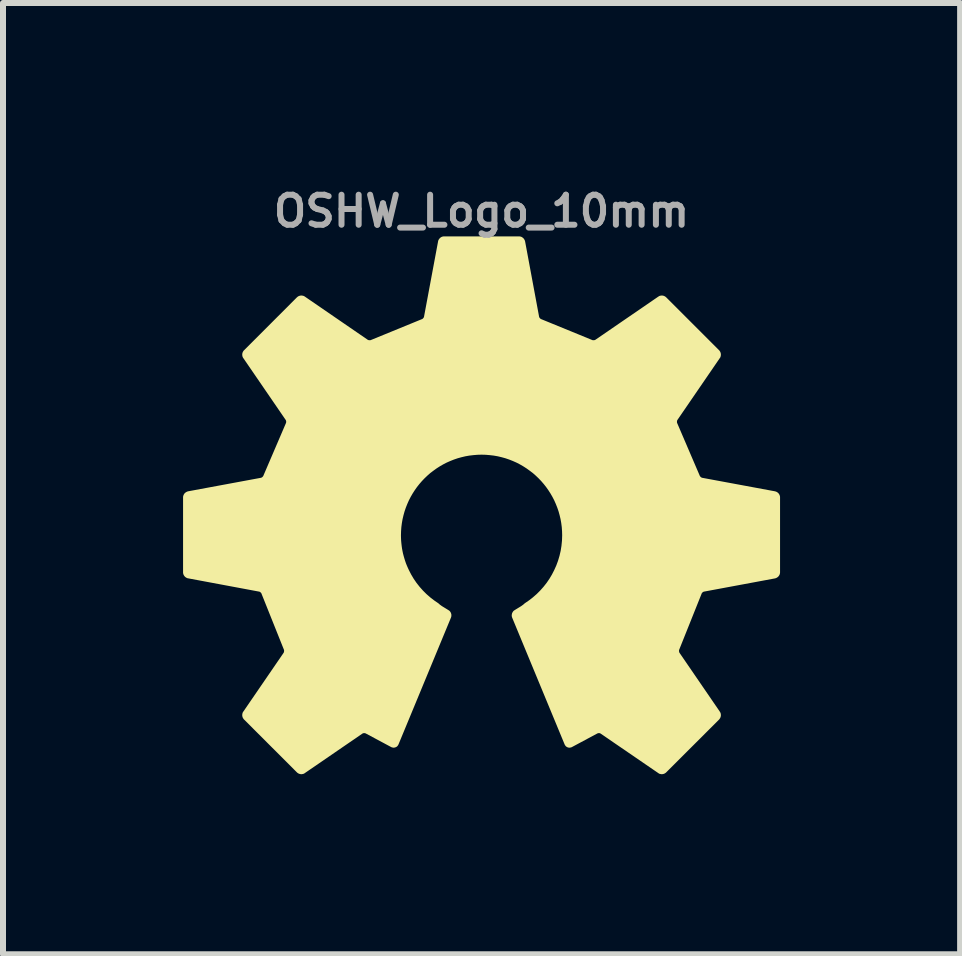
<source format=kicad_pcb>
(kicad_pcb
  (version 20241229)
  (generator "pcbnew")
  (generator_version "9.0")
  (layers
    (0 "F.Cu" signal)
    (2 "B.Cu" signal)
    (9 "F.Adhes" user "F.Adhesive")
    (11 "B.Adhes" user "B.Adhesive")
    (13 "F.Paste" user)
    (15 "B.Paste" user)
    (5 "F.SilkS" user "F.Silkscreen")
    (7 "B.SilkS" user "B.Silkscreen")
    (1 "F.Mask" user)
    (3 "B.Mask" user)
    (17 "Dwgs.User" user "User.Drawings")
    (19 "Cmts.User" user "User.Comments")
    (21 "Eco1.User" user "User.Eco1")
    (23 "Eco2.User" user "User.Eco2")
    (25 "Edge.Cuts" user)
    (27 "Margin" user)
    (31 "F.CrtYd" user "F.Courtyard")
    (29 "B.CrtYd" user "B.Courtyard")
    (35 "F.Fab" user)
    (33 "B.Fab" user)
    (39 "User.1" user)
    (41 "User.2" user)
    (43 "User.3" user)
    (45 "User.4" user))
  (footprint "OSHW_Logo_10mm"
    (layer "F.Cu")
    (at 4.973 5.868)
    (property "Reference" "OSHW_Logo_10mm" (at 0 -5.4 0) (layer "F.Fab") (effects (font (size 0.5 0.5) (thickness 0.1))))
    (fp_poly (pts (xy 0.627 -4.943) (xy 0.63 -4.943) (xy 0.632 -4.942) (xy 0.635 -4.942) (xy 0.638 -4.941) (xy 0.641 -4.941) (xy 0.643 -4.94) (xy 0.646 -4.939) (xy 0.649 -4.938) (xy 0.651 -4.937) (xy 0.654 -4.935) (xy 0.656 -4.934) (xy 0.659 -4.932) (xy 0.661 -4.931) (xy 0.663 -4.929) (xy 0.665 -4.927) (xy 0.668 -4.925) (xy 0.67 -4.923) (xy 0.672 -4.921) (xy 0.674 -4.919) (xy 0.675 -4.917) (xy 0.677 -4.915) (xy 0.679 -4.913) (xy 0.68 -4.91) (xy 0.682 -4.908) (xy 0.683 -4.905) (xy 0.684 -4.903) (xy 0.685 -4.9) (xy 0.686 -4.898) (xy 0.687 -4.895) (xy 0.688 -4.892) (xy 0.689 -4.889) (xy 0.922 -3.636) (xy 0.923 -3.633) (xy 0.923 -3.63) (xy 0.925 -3.624) (xy 0.927 -3.619) (xy 0.93 -3.613) (xy 0.933 -3.608) (xy 0.936 -3.603) (xy 0.94 -3.598) (xy 0.944 -3.593) (xy 0.949 -3.588) (xy 0.953 -3.583) (xy 0.958 -3.579) (xy 0.963 -3.576) (xy 0.968 -3.572) (xy 0.973 -3.569) (xy 0.976 -3.568) (xy 0.979 -3.567) (xy 0.981 -3.566) (xy 0.984 -3.565) (xy 1.824 -3.221) (xy 1.829 -3.218) (xy 1.835 -3.216) (xy 1.841 -3.215) (xy 1.847 -3.214) (xy 1.853 -3.213) (xy 1.859 -3.213) (xy 1.866 -3.212) (xy 1.872 -3.213) (xy 1.878 -3.213) (xy 1.885 -3.214) (xy 1.891 -3.216) (xy 1.897 -3.217) (xy 1.903 -3.219) (xy 1.908 -3.222) (xy 1.914 -3.224) (xy 1.918 -3.227) (xy 2.966 -3.946) (xy 2.968 -3.948) (xy 2.971 -3.949) (xy 2.973 -3.951) (xy 2.976 -3.952) (xy 2.978 -3.953) (xy 2.981 -3.954) (xy 2.984 -3.955) (xy 2.986 -3.955) (xy 2.989 -3.956) (xy 2.992 -3.956) (xy 2.998 -3.957) (xy 3.003 -3.957) (xy 3.009 -3.957) (xy 3.015 -3.956) (xy 3.02 -3.955) (xy 3.026 -3.953) (xy 3.028 -3.952) (xy 3.031 -3.951) (xy 3.033 -3.95) (xy 3.036 -3.949) (xy 3.038 -3.947) (xy 3.041 -3.946) (xy 3.043 -3.944) (xy 3.045 -3.942) (xy 3.047 -3.94) (xy 3.049 -3.939) (xy 3.932 -3.056) (xy 3.934 -3.054) (xy 3.935 -3.052) (xy 3.937 -3.05) (xy 3.939 -3.048) (xy 3.94 -3.045) (xy 3.942 -3.043) (xy 3.944 -3.038) (xy 3.946 -3.033) (xy 3.948 -3.027) (xy 3.949 -3.021) (xy 3.95 -3.016) (xy 3.95 -3.01) (xy 3.95 -3.004) (xy 3.949 -2.999) (xy 3.948 -2.993) (xy 3.947 -2.988) (xy 3.946 -2.985) (xy 3.945 -2.982) (xy 3.944 -2.98) (xy 3.942 -2.977) (xy 3.941 -2.975) (xy 3.939 -2.973) (xy 3.233 -1.943) (xy 3.23 -1.938) (xy 3.227 -1.933) (xy 3.225 -1.928) (xy 3.223 -1.922) (xy 3.221 -1.916) (xy 3.22 -1.91) (xy 3.219 -1.903) (xy 3.219 -1.897) (xy 3.218 -1.891) (xy 3.218 -1.884) (xy 3.219 -1.878) (xy 3.22 -1.872) (xy 3.221 -1.866) (xy 3.223 -1.86) (xy 3.225 -1.855) (xy 3.227 -1.85) (xy 3.599 -0.983) (xy 3.601 -0.977) (xy 3.603 -0.972) (xy 3.607 -0.967) (xy 3.61 -0.962) (xy 3.614 -0.957) (xy 3.618 -0.952) (xy 3.623 -0.948) (xy 3.627 -0.943) (xy 3.632 -0.939) (xy 3.637 -0.935) (xy 3.643 -0.932) (xy 3.648 -0.929) (xy 3.654 -0.926) (xy 3.659 -0.924) (xy 3.665 -0.922) (xy 3.67 -0.921) (xy 4.883 -0.696) (xy 4.883 -0.696) (xy 4.885 -0.695) (xy 4.888 -0.694) (xy 4.891 -0.693) (xy 4.893 -0.692) (xy 4.896 -0.691) (xy 4.899 -0.69) (xy 4.901 -0.689) (xy 4.903 -0.687) (xy 4.908 -0.684) (xy 4.913 -0.681) (xy 4.917 -0.677) (xy 4.921 -0.672) (xy 4.924 -0.668) (xy 4.927 -0.663) (xy 4.93 -0.658) (xy 4.931 -0.655) (xy 4.932 -0.653) (xy 4.933 -0.65) (xy 4.934 -0.647) (xy 4.935 -0.645) (xy 4.935 -0.642) (xy 4.936 -0.639) (xy 4.936 -0.636) (xy 4.936 -0.634) (xy 4.936 -0.631) (xy 4.936 0.617) (xy 4.936 0.62) (xy 4.936 0.622) (xy 4.935 0.625) (xy 4.935 0.628) (xy 4.934 0.631) (xy 4.934 0.634) (xy 4.933 0.636) (xy 4.932 0.639) (xy 4.931 0.641) (xy 4.93 0.644) (xy 4.928 0.647) (xy 4.927 0.649) (xy 4.925 0.652) (xy 4.924 0.654) (xy 4.922 0.656) (xy 4.92 0.658) (xy 4.918 0.661) (xy 4.916 0.663) (xy 4.914 0.665) (xy 4.912 0.667) (xy 4.91 0.668) (xy 4.908 0.67) (xy 4.906 0.672) (xy 4.903 0.673) (xy 4.901 0.675) (xy 4.898 0.676) (xy 4.896 0.677) (xy 4.893 0.678) (xy 4.891 0.679) (xy 4.888 0.68) (xy 4.885 0.681) (xy 4.882 0.682) (xy 3.7 0.902) (xy 3.697 0.902) (xy 3.694 0.903) (xy 3.692 0.904) (xy 3.689 0.905) (xy 3.683 0.907) (xy 3.678 0.91) (xy 3.672 0.913) (xy 3.667 0.916) (xy 3.662 0.92) (xy 3.657 0.924) (xy 3.653 0.928) (xy 3.648 0.933) (xy 3.644 0.938) (xy 3.64 0.943) (xy 3.637 0.948) (xy 3.634 0.953) (xy 3.632 0.958) (xy 3.631 0.961) (xy 3.63 0.964) (xy 3.261 1.886) (xy 3.258 1.891) (xy 3.257 1.897) (xy 3.255 1.902) (xy 3.254 1.908) (xy 3.253 1.915) (xy 3.253 1.921) (xy 3.253 1.927) (xy 3.253 1.934) (xy 3.254 1.94) (xy 3.255 1.946) (xy 3.256 1.953) (xy 3.258 1.959) (xy 3.26 1.964) (xy 3.262 1.97) (xy 3.265 1.975) (xy 3.268 1.98) (xy 3.939 2.959) (xy 3.941 2.961) (xy 3.942 2.964) (xy 3.944 2.966) (xy 3.945 2.969) (xy 3.946 2.971) (xy 3.947 2.974) (xy 3.948 2.977) (xy 3.948 2.979) (xy 3.949 2.982) (xy 3.949 2.985) (xy 3.95 2.991) (xy 3.95 2.996) (xy 3.95 3.002) (xy 3.949 3.008) (xy 3.948 3.013) (xy 3.946 3.019) (xy 3.945 3.021) (xy 3.944 3.024) (xy 3.943 3.027) (xy 3.942 3.029) (xy 3.94 3.031) (xy 3.939 3.034) (xy 3.937 3.036) (xy 3.935 3.038) (xy 3.934 3.041) (xy 3.932 3.043) (xy 3.049 3.925) (xy 3.047 3.927) (xy 3.045 3.928) (xy 3.043 3.93) (xy 3.041 3.932) (xy 3.038 3.933) (xy 3.036 3.935) (xy 3.031 3.937) (xy 3.026 3.939) (xy 3.02 3.941) (xy 3.015 3.942) (xy 3.009 3.943) (xy 3.003 3.943) (xy 2.997 3.943) (xy 2.992 3.942) (xy 2.986 3.941) (xy 2.981 3.94) (xy 2.978 3.939) (xy 2.975 3.938) (xy 2.973 3.937) (xy 2.97 3.935) (xy 2.968 3.934) (xy 2.966 3.932) (xy 2.004 3.273) (xy 1.999 3.27) (xy 1.994 3.267) (xy 1.989 3.265) (xy 1.983 3.263) (xy 1.977 3.261) (xy 1.971 3.26) (xy 1.965 3.259) (xy 1.959 3.259) (xy 1.952 3.259) (xy 1.946 3.259) (xy 1.94 3.26) (xy 1.934 3.261) (xy 1.928 3.263) (xy 1.922 3.264) (xy 1.917 3.267) (xy 1.912 3.269) (xy 1.488 3.496) (xy 1.485 3.497) (xy 1.483 3.498) (xy 1.48 3.499) (xy 1.478 3.5) (xy 1.475 3.5) (xy 1.473 3.501) (xy 1.47 3.501) (xy 1.467 3.501) (xy 1.465 3.501) (xy 1.462 3.501) (xy 1.46 3.501) (xy 1.457 3.501) (xy 1.455 3.501) (xy 1.452 3.5) (xy 1.45 3.499) (xy 1.447 3.498) (xy 1.445 3.498) (xy 1.443 3.496) (xy 1.441 3.495) (xy 1.438 3.494) (xy 1.436 3.493) (xy 1.434 3.491) (xy 1.432 3.489) (xy 1.43 3.488) (xy 1.428 3.486) (xy 1.427 3.484) (xy 1.425 3.482) (xy 1.424 3.48) (xy 1.422 3.477) (xy 1.421 3.475) (xy 1.419 3.473) (xy 1.418 3.47) (xy 0.544 1.358) (xy 0.543 1.355) (xy 0.542 1.352) (xy 0.542 1.35) (xy 0.541 1.347) (xy 0.54 1.344) (xy 0.54 1.341) (xy 0.54 1.339) (xy 0.54 1.336) (xy 0.54 1.333) (xy 0.54 1.33) (xy 0.54 1.327) (xy 0.541 1.325) (xy 0.541 1.322) (xy 0.542 1.319) (xy 0.542 1.316) (xy 0.543 1.314) (xy 0.544 1.311) (xy 0.545 1.308) (xy 0.546 1.306) (xy 0.547 1.303) (xy 0.549 1.301) (xy 0.55 1.298) (xy 0.552 1.296) (xy 0.553 1.294) (xy 0.555 1.292) (xy 0.557 1.289) (xy 0.559 1.287) (xy 0.561 1.285) (xy 0.563 1.284) (xy 0.565 1.282) (xy 0.567 1.28) (xy 0.57 1.279) (xy 0.676 1.214) (xy 0.684 1.209) (xy 0.692 1.203) (xy 0.7 1.197) (xy 0.709 1.191) (xy 0.718 1.184) (xy 0.726 1.177) (xy 0.735 1.169) (xy 0.743 1.162) (xy 0.813 1.114) (xy 0.88 1.062) (xy 0.944 1.006) (xy 1.004 0.946) (xy 1.06 0.883) (xy 1.113 0.816) (xy 1.161 0.746) (xy 1.205 0.672) (xy 1.244 0.596) (xy 1.279 0.518) (xy 1.309 0.437) (xy 1.334 0.353) (xy 1.354 0.268) (xy 1.368 0.18) (xy 1.377 0.091) (xy 1.38 0.000145) (xy 1.378 -0.071) (xy 1.373 -0.141) (xy 1.364 -0.21) (xy 1.352 -0.278) (xy 1.336 -0.345) (xy 1.318 -0.41) (xy 1.296 -0.474) (xy 1.271 -0.537) (xy 1.244 -0.598) (xy 1.213 -0.658) (xy 1.18 -0.715) (xy 1.144 -0.771) (xy 1.106 -0.825) (xy 1.065 -0.877) (xy 1.021 -0.928) (xy 0.976 -0.975) (xy 0.928 -1.021) (xy 0.878 -1.065) (xy 0.825 -1.105) (xy 0.771 -1.144) (xy 0.715 -1.18) (xy 0.658 -1.213) (xy 0.598 -1.244) (xy 0.537 -1.271) (xy 0.474 -1.296) (xy 0.41 -1.318) (xy 0.345 -1.336) (xy 0.278 -1.352) (xy 0.21 -1.364) (xy 0.141 -1.372) (xy 0.071 -1.378) (xy 0.000002 -1.38) (xy -0.071 -1.378) (xy -0.141 -1.372) (xy -0.21 -1.364) (xy -0.278 -1.352) (xy -0.345 -1.336) (xy -0.41 -1.318) (xy -0.474 -1.296) (xy -0.537 -1.271) (xy -0.598 -1.244) (xy -0.658 -1.213) (xy -0.715 -1.18) (xy -0.771 -1.144) (xy -0.825 -1.105) (xy -0.878 -1.065) (xy -0.928 -1.021) (xy -0.976 -0.975) (xy -1.021 -0.928) (xy -1.065 -0.877) (xy -1.106 -0.825) (xy -1.144 -0.771) (xy -1.18 -0.715) (xy -1.213 -0.658) (xy -1.244 -0.598) (xy -1.271 -0.537) (xy -1.296 -0.474) (xy -1.318 -0.41) (xy -1.336 -0.345) (xy -1.352 -0.278) (xy -1.364 -0.21) (xy -1.373 -0.141) (xy -1.378 -0.071) (xy -1.38 0.000145) (xy -1.379 0.046) (xy -1.377 0.091) (xy -1.373 0.136) (xy -1.368 0.18) (xy -1.362 0.224) (xy -1.354 0.268) (xy -1.345 0.311) (xy -1.334 0.353) (xy -1.322 0.395) (xy -1.309 0.437) (xy -1.295 0.478) (xy -1.279 0.518) (xy -1.262 0.557) (xy -1.244 0.596) (xy -1.205 0.672) (xy -1.161 0.746) (xy -1.113 0.816) (xy -1.06 0.883) (xy -1.004 0.946) (xy -0.944 1.006) (xy -0.88 1.062) (xy -0.813 1.114) (xy -0.743 1.162) (xy -0.735 1.169) (xy -0.726 1.177) (xy -0.718 1.184) (xy -0.709 1.191) (xy -0.7 1.197) (xy -0.692 1.203) (xy -0.684 1.209) (xy -0.676 1.214) (xy -0.57 1.279) (xy -0.567 1.28) (xy -0.565 1.282) (xy -0.563 1.284) (xy -0.561 1.285) (xy -0.559 1.287) (xy -0.557 1.289) (xy -0.553 1.294) (xy -0.55 1.298) (xy -0.547 1.303) (xy -0.545 1.308) (xy -0.543 1.314) (xy -0.541 1.319) (xy -0.54 1.325) (xy -0.54 1.33) (xy -0.54 1.336) (xy -0.54 1.341) (xy -0.54 1.344) (xy -0.541 1.347) (xy -0.541 1.35) (xy -0.542 1.352) (xy -0.543 1.355) (xy -0.544 1.358) (xy -1.418 3.47) (xy -1.419 3.473) (xy -1.421 3.475) (xy -1.422 3.477) (xy -1.424 3.48) (xy -1.425 3.482) (xy -1.427 3.484) (xy -1.428 3.486) (xy -1.43 3.488) (xy -1.432 3.489) (xy -1.434 3.491) (xy -1.436 3.493) (xy -1.438 3.494) (xy -1.441 3.495) (xy -1.443 3.496) (xy -1.445 3.497) (xy -1.447 3.498) (xy -1.45 3.499) (xy -1.452 3.5) (xy -1.455 3.5) (xy -1.457 3.501) (xy -1.46 3.501) (xy -1.462 3.501) (xy -1.465 3.501) (xy -1.467 3.501) (xy -1.47 3.501) (xy -1.473 3.501) (xy -1.475 3.5) (xy -1.478 3.5) (xy -1.48 3.499) (xy -1.483 3.498) (xy -1.485 3.497) (xy -1.488 3.496) (xy -1.912 3.269) (xy -1.917 3.267) (xy -1.922 3.264) (xy -1.928 3.263) (xy -1.934 3.261) (xy -1.94 3.26) (xy -1.946 3.259) (xy -1.952 3.259) (xy -1.959 3.259) (xy -1.965 3.259) (xy -1.971 3.26) (xy -1.977 3.261) (xy -1.983 3.263) (xy -1.989 3.265) (xy -1.994 3.267) (xy -1.999 3.269) (xy -2.004 3.272) (xy -2.966 3.932) (xy -2.968 3.934) (xy -2.97 3.935) (xy -2.973 3.937) (xy -2.975 3.938) (xy -2.978 3.939) (xy -2.981 3.94) (xy -2.983 3.941) (xy -2.986 3.941) (xy -2.989 3.942) (xy -2.992 3.942) (xy -2.997 3.943) (xy -3.003 3.943) (xy -3.009 3.943) (xy -3.014 3.942) (xy -3.02 3.941) (xy -3.025 3.939) (xy -3.028 3.938) (xy -3.031 3.937) (xy -3.033 3.936) (xy -3.036 3.935) (xy -3.038 3.933) (xy -3.041 3.932) (xy -3.043 3.93) (xy -3.045 3.928) (xy -3.047 3.927) (xy -3.049 3.925) (xy -3.932 3.042) (xy -3.934 3.04) (xy -3.935 3.038) (xy -3.937 3.036) (xy -3.939 3.034) (xy -3.94 3.031) (xy -3.942 3.029) (xy -3.944 3.024) (xy -3.946 3.019) (xy -3.948 3.013) (xy -3.949 3.008) (xy -3.95 3.002) (xy -3.95 2.996) (xy -3.95 2.99) (xy -3.949 2.985) (xy -3.948 2.979) (xy -3.947 2.974) (xy -3.946 2.971) (xy -3.945 2.968) (xy -3.944 2.966) (xy -3.942 2.963) (xy -3.941 2.961) (xy -3.939 2.959) (xy -3.268 1.98) (xy -3.265 1.975) (xy -3.262 1.97) (xy -3.26 1.964) (xy -3.258 1.959) (xy -3.256 1.953) (xy -3.255 1.946) (xy -3.254 1.94) (xy -3.253 1.934) (xy -3.253 1.927) (xy -3.253 1.921) (xy -3.253 1.915) (xy -3.254 1.908) (xy -3.255 1.902) (xy -3.257 1.897) (xy -3.258 1.891) (xy -3.261 1.886) (xy -3.63 0.964) (xy -3.631 0.961) (xy -3.632 0.958) (xy -3.634 0.953) (xy -3.637 0.948) (xy -3.64 0.943) (xy -3.644 0.938) (xy -3.648 0.933) (xy -3.653 0.928) (xy -3.657 0.924) (xy -3.662 0.92) (xy -3.667 0.916) (xy -3.672 0.913) (xy -3.678 0.909) (xy -3.683 0.907) (xy -3.689 0.905) (xy -3.694 0.903) (xy -3.697 0.902) (xy -3.7 0.902) (xy -4.882 0.681) (xy -4.885 0.681) (xy -4.888 0.68) (xy -4.891 0.679) (xy -4.893 0.678) (xy -4.896 0.677) (xy -4.898 0.676) (xy -4.901 0.675) (xy -4.903 0.673) (xy -4.906 0.672) (xy -4.908 0.67) (xy -4.912 0.667) (xy -4.917 0.663) (xy -4.92 0.658) (xy -4.924 0.654) (xy -4.927 0.649) (xy -4.93 0.644) (xy -4.932 0.639) (xy -4.933 0.636) (xy -4.934 0.633) (xy -4.934 0.631) (xy -4.935 0.628) (xy -4.936 0.625) (xy -4.936 0.622) (xy -4.936 0.62) (xy -4.936 0.617) (xy -4.936 -0.631) (xy -4.936 -0.634) (xy -4.936 -0.636) (xy -4.936 -0.639) (xy -4.935 -0.642) (xy -4.935 -0.645) (xy -4.934 -0.647) (xy -4.933 -0.65) (xy -4.932 -0.653) (xy -4.931 -0.655) (xy -4.93 -0.658) (xy -4.928 -0.661) (xy -4.927 -0.663) (xy -4.926 -0.665) (xy -4.924 -0.668) (xy -4.922 -0.67) (xy -4.921 -0.672) (xy -4.919 -0.675) (xy -4.917 -0.677) (xy -4.915 -0.679) (xy -4.913 -0.681) (xy -4.91 -0.682) (xy -4.908 -0.684) (xy -4.906 -0.686) (xy -4.903 -0.687) (xy -4.901 -0.689) (xy -4.898 -0.69) (xy -4.896 -0.691) (xy -4.893 -0.692) (xy -4.891 -0.693) (xy -4.888 -0.694) (xy -4.885 -0.695) (xy -4.883 -0.696) (xy -3.67 -0.921) (xy -3.668 -0.922) (xy -3.665 -0.922) (xy -3.659 -0.924) (xy -3.654 -0.926) (xy -3.648 -0.929) (xy -3.643 -0.932) (xy -3.637 -0.935) (xy -3.632 -0.939) (xy -3.627 -0.943) (xy -3.622 -0.948) (xy -3.618 -0.952) (xy -3.614 -0.957) (xy -3.61 -0.962) (xy -3.606 -0.967) (xy -3.603 -0.972) (xy -3.601 -0.977) (xy -3.6 -0.98) (xy -3.599 -0.983) (xy -3.227 -1.85) (xy -3.225 -1.855) (xy -3.223 -1.86) (xy -3.221 -1.866) (xy -3.22 -1.872) (xy -3.219 -1.878) (xy -3.218 -1.884) (xy -3.218 -1.891) (xy -3.218 -1.897) (xy -3.219 -1.903) (xy -3.22 -1.91) (xy -3.221 -1.916) (xy -3.223 -1.922) (xy -3.225 -1.928) (xy -3.227 -1.933) (xy -3.23 -1.938) (xy -3.233 -1.943) (xy -3.939 -2.973) (xy -3.941 -2.975) (xy -3.942 -2.977) (xy -3.943 -2.98) (xy -3.945 -2.982) (xy -3.946 -2.985) (xy -3.947 -2.988) (xy -3.947 -2.99) (xy -3.948 -2.993) (xy -3.949 -2.996) (xy -3.949 -2.999) (xy -3.95 -3.004) (xy -3.95 -3.01) (xy -3.95 -3.016) (xy -3.949 -3.021) (xy -3.948 -3.027) (xy -3.946 -3.033) (xy -3.945 -3.035) (xy -3.944 -3.038) (xy -3.943 -3.04) (xy -3.942 -3.043) (xy -3.94 -3.045) (xy -3.939 -3.048) (xy -3.937 -3.05) (xy -3.935 -3.052) (xy -3.933 -3.054) (xy -3.931 -3.056) (xy -3.049 -3.939) (xy -3.047 -3.94) (xy -3.045 -3.942) (xy -3.043 -3.944) (xy -3.041 -3.946) (xy -3.038 -3.947) (xy -3.036 -3.949) (xy -3.031 -3.951) (xy -3.025 -3.953) (xy -3.02 -3.955) (xy -3.014 -3.956) (xy -3.009 -3.957) (xy -3.003 -3.957) (xy -2.997 -3.957) (xy -2.992 -3.956) (xy -2.986 -3.955) (xy -2.981 -3.954) (xy -2.978 -3.953) (xy -2.975 -3.952) (xy -2.973 -3.951) (xy -2.97 -3.949) (xy -2.968 -3.948) (xy -2.965 -3.946) (xy -1.918 -3.227) (xy -1.913 -3.224) (xy -1.908 -3.222) (xy -1.903 -3.219) (xy -1.897 -3.217) (xy -1.891 -3.216) (xy -1.885 -3.214) (xy -1.878 -3.213) (xy -1.872 -3.213) (xy -1.865 -3.212) (xy -1.859 -3.213) (xy -1.853 -3.213) (xy -1.847 -3.214) (xy -1.841 -3.215) (xy -1.835 -3.216) (xy -1.829 -3.218) (xy -1.824 -3.221) (xy -0.984 -3.565) (xy -0.978 -3.567) (xy -0.973 -3.569) (xy -0.968 -3.572) (xy -0.963 -3.576) (xy -0.958 -3.579) (xy -0.953 -3.583) (xy -0.948 -3.588) (xy -0.944 -3.593) (xy -0.94 -3.598) (xy -0.936 -3.603) (xy -0.933 -3.608) (xy -0.93 -3.613) (xy -0.927 -3.619) (xy -0.925 -3.624) (xy -0.923 -3.63) (xy -0.922 -3.636) (xy -0.688 -4.889) (xy -0.688 -4.892) (xy -0.687 -4.895) (xy -0.686 -4.898) (xy -0.685 -4.9) (xy -0.684 -4.903) (xy -0.683 -4.905) (xy -0.682 -4.908) (xy -0.68 -4.91) (xy -0.679 -4.913) (xy -0.677 -4.915) (xy -0.673 -4.919) (xy -0.669 -4.923) (xy -0.665 -4.927) (xy -0.661 -4.931) (xy -0.656 -4.934) (xy -0.651 -4.937) (xy -0.648 -4.938) (xy -0.646 -4.939) (xy -0.643 -4.94) (xy -0.64 -4.941) (xy -0.638 -4.941) (xy -0.635 -4.942) (xy -0.632 -4.942) (xy -0.629 -4.943) (xy -0.627 -4.943) (xy -0.624 -4.943) (xy 0.624 -4.943)) (stroke (width 0.074) (type solid)) (fill yes) (layer "F.SilkS")))
  (gr_rect
    (start -3 -3)
    (end 12.946 12.848)
    (stroke (width 0.1) (type default))
    (fill no)
    (layer "Edge.Cuts")))
</source>
